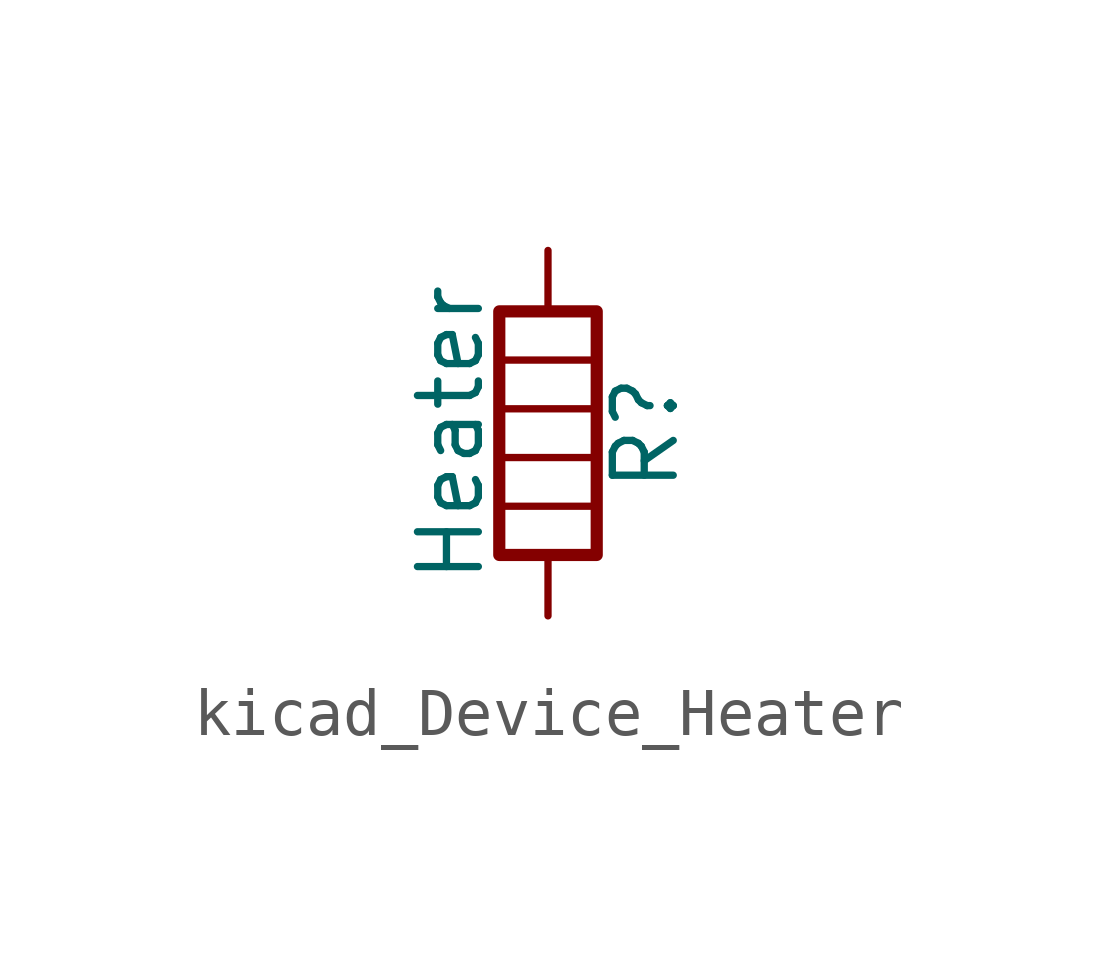
<source format=kicad_sym>
(kicad_symbol_lib
  (version 20220914)
  (generator kicad_symbol_editor)
  (symbol "kicad_Device_Heater"
    (pin_numbers hide)
    (pin_names
      (offset 0))
    (property "Reference" "R"
      (at 2.032 0 90)
      (effects (font (size 1.27 1.27))))
    (property "Value" "Heater"
      (at -2.032 0 90)
      (effects (font (size 1.27 1.27))))
    (symbol "kicad_Device_Heater_0_1"
      (rectangle (start -1.016 -2.54) (end 1.016 2.54) (stroke (width 0.254) (type default)) (fill (type none)))
      (polyline (pts (xy -1.016 1.524) (xy 1.016 1.524)) (stroke (width 0) (type default)) (fill (type none)))
      (polyline (pts (xy 1.016 -1.524) (xy -1.016 -1.524)) (stroke (width 0) (type default)) (fill (type none)))
      (polyline (pts (xy 1.016 -0.508) (xy -1.016 -0.508)) (stroke (width 0) (type default)) (fill (type none)))
      (polyline (pts (xy 1.016 0.508) (xy -1.016 0.508)) (stroke (width 0) (type default)) (fill (type none))))
    (symbol "kicad_Device_Heater_1_1"
      (pin passive line (at 0 3.81 270) (length 1.27) (name "~" (effects (font (size 1.27 1.27)))) (number "1" (effects (font (size 1.27 1.27)))))
      (pin passive line (at 0 -3.81 90) (length 1.27) (name "~" (effects (font (size 1.27 1.27)))) (number "2" (effects (font (size 1.27 1.27))))))))
</source>
